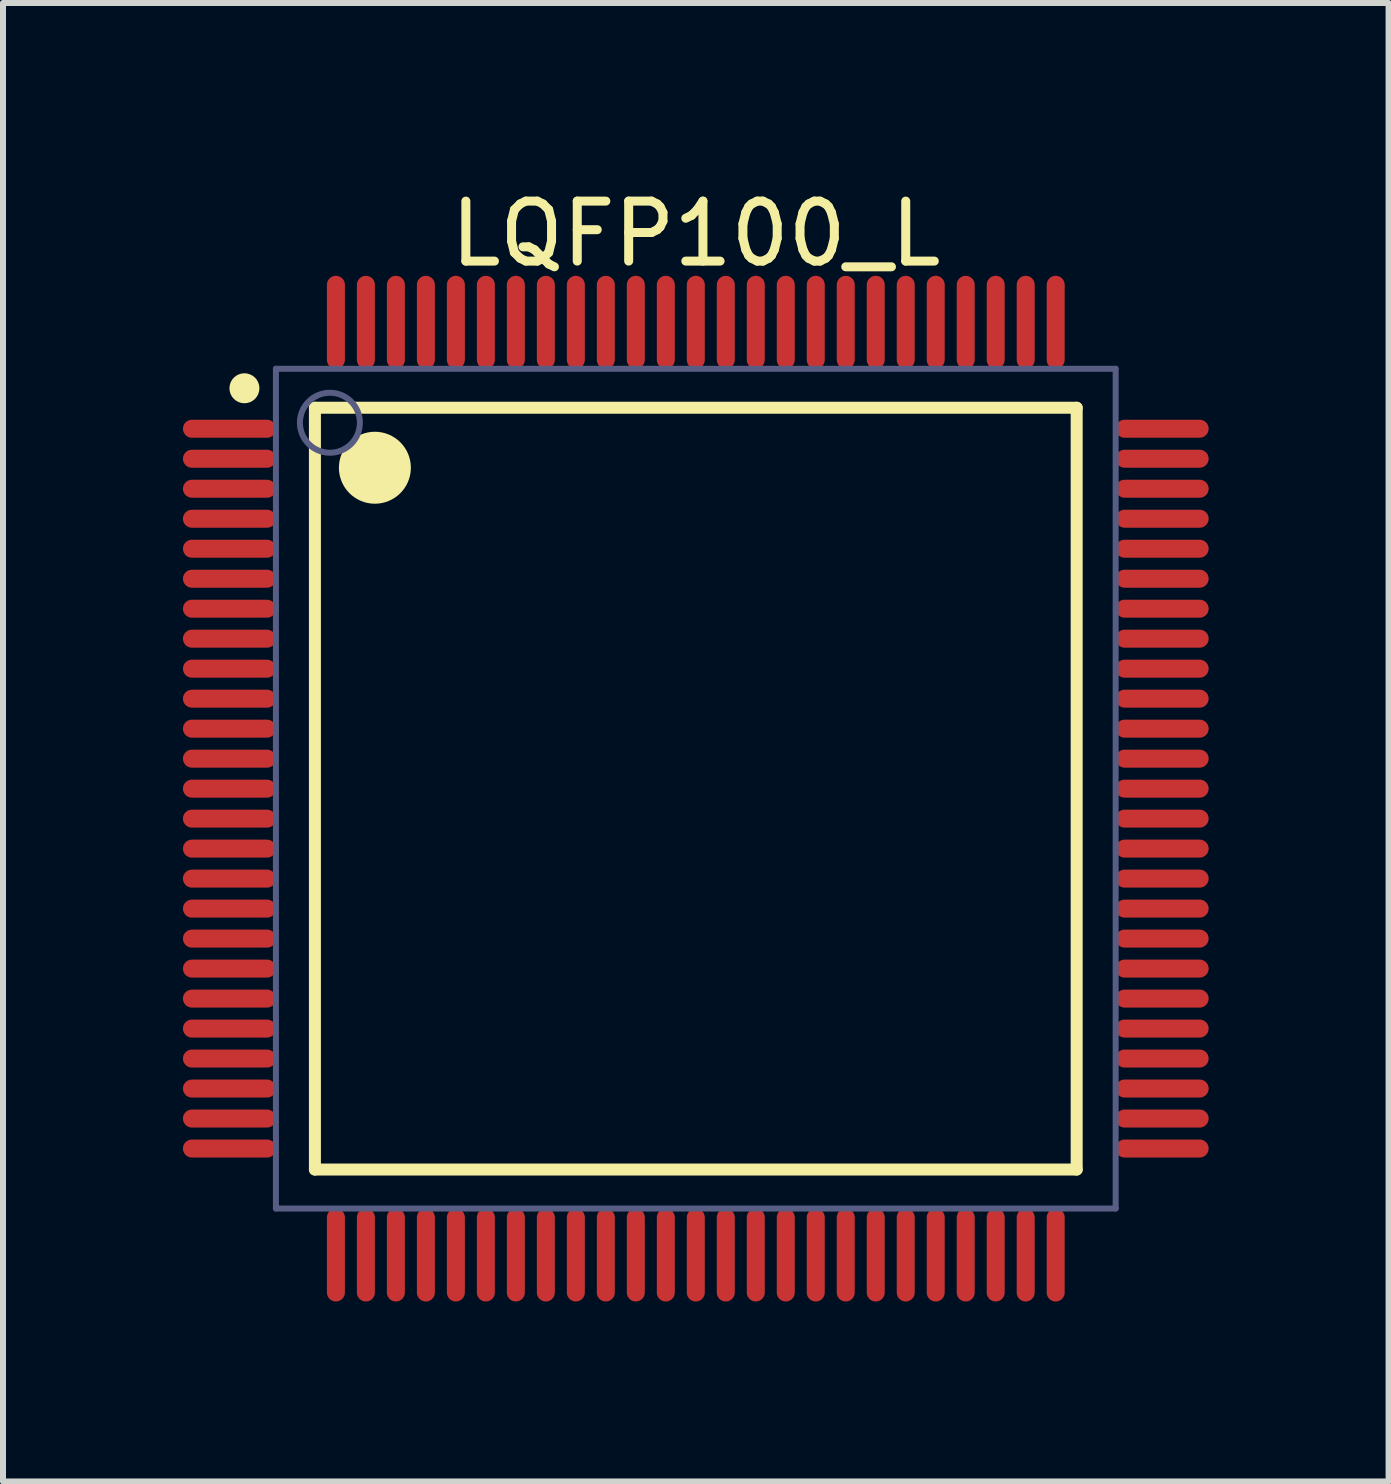
<source format=kicad_pcb>
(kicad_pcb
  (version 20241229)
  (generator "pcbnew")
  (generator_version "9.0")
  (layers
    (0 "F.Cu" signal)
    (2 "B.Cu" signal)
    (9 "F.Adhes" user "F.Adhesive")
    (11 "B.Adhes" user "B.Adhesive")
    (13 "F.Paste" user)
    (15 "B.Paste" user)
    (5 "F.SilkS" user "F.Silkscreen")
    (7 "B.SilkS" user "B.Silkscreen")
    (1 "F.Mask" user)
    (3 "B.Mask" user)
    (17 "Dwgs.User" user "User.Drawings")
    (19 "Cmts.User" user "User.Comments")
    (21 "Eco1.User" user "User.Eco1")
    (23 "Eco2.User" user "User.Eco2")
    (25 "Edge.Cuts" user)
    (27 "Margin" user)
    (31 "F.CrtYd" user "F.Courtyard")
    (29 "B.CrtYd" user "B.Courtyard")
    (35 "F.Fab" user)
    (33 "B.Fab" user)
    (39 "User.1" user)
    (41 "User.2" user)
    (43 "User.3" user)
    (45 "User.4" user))
  (footprint "LQFP100_L"
    (layer "F.Cu")
    (at 8.55 10.098)
    (property "Reference" "LQFP100_L" (at 0 -9.25 0) (layer "F.SilkS") (effects (font (size 1 1) (thickness 0.15))))
    (fp_line (start -6.35 -6.35) (end 6.35 -6.35) (stroke (width 0.2) (type solid)) (layer "F.SilkS"))
    (fp_line (start -6.35 6.35) (end -6.35 -6.35) (stroke (width 0.2) (type solid)) (layer "F.SilkS"))
    (fp_line (start -6.35 6.35) (end 6.35 6.35) (stroke (width 0.2) (type solid)) (layer "F.SilkS"))
    (fp_line (start 6.35 6.35) (end 6.35 -6.35) (stroke (width 0.2) (type solid)) (layer "F.SilkS"))
    (fp_circle (center -7.525 -6.675) (end -7.525 -6.8) (stroke (width 0.25) (type solid)) (fill no) (layer "F.SilkS"))
    (fp_circle (center -5.35 -5.35) (end -5.35 -5.65) (stroke (width 0.6) (type solid)) (fill no) (layer "F.SilkS"))
    (fp_line (start -8.4 -8.4) (end 8.4 -8.4) (stroke (width 0.1) (type solid)) (layer "Eco2.User"))
    (fp_line (start -8.4 8.4) (end -8.4 -8.4) (stroke (width 0.1) (type solid)) (layer "Eco2.User"))
    (fp_line (start -8.4 8.4) (end 8.4 8.4) (stroke (width 0.1) (type solid)) (layer "Eco2.User"))
    (fp_line (start -0.5 0) (end 0.5 0) (stroke (width 0.1) (type solid)) (layer "Eco2.User"))
    (fp_line (start 0 0.5) (end 0 -0.5) (stroke (width 0.1) (type solid)) (layer "Eco2.User"))
    (fp_line (start 8.4 8.4) (end 8.4 -8.4) (stroke (width 0.1) (type solid)) (layer "Eco2.User"))
    (fp_line (start -7 -7) (end 7 -7) (stroke (width 0.1) (type solid)) (layer "B.Fab"))
    (fp_line (start -7 7) (end -7 -7) (stroke (width 0.1) (type solid)) (layer "B.Fab"))
    (fp_line (start -7 7) (end 7 7) (stroke (width 0.1) (type solid)) (layer "B.Fab"))
    (fp_line (start 7 7) (end 7 -7) (stroke (width 0.1) (type solid)) (layer "B.Fab"))
    (fp_circle (center -6.1 -6.1) (end -6.1 -6.6) (stroke (width 0.1) (type solid)) (fill no) (layer "B.Fab"))
    (pad "1" smd oval (at -7.775 -6 90) (size 0.3 1.55) (layers "F.Cu" "F.Mask" "F.Paste"))
    (pad "2" smd oval (at -7.775 -5.5 90) (size 0.3 1.55) (layers "F.Cu" "F.Mask" "F.Paste"))
    (pad "3" smd oval (at -7.775 -5 90) (size 0.3 1.55) (layers "F.Cu" "F.Mask" "F.Paste"))
    (pad "4" smd oval (at -7.775 -4.5 90) (size 0.3 1.55) (layers "F.Cu" "F.Mask" "F.Paste"))
    (pad "5" smd oval (at -7.775 -4 90) (size 0.3 1.55) (layers "F.Cu" "F.Mask" "F.Paste"))
    (pad "6" smd oval (at -7.775 -3.5 90) (size 0.3 1.55) (layers "F.Cu" "F.Mask" "F.Paste"))
    (pad "7" smd oval (at -7.775 -3 90) (size 0.3 1.55) (layers "F.Cu" "F.Mask" "F.Paste"))
    (pad "8" smd oval (at -7.775 -2.5 90) (size 0.3 1.55) (layers "F.Cu" "F.Mask" "F.Paste"))
    (pad "9" smd oval (at -7.775 -2 90) (size 0.3 1.55) (layers "F.Cu" "F.Mask" "F.Paste"))
    (pad "10" smd oval (at -7.775 -1.5 90) (size 0.3 1.55) (layers "F.Cu" "F.Mask" "F.Paste"))
    (pad "11" smd oval (at -7.775 -1 90) (size 0.3 1.55) (layers "F.Cu" "F.Mask" "F.Paste"))
    (pad "12" smd oval (at -7.775 -0.5 90) (size 0.3 1.55) (layers "F.Cu" "F.Mask" "F.Paste"))
    (pad "13" smd oval (at -7.775 0 90) (size 0.3 1.55) (layers "F.Cu" "F.Mask" "F.Paste"))
    (pad "14" smd oval (at -7.775 0.5 90) (size 0.3 1.55) (layers "F.Cu" "F.Mask" "F.Paste"))
    (pad "15" smd oval (at -7.775 1 90) (size 0.3 1.55) (layers "F.Cu" "F.Mask" "F.Paste"))
    (pad "16" smd oval (at -7.775 1.5 90) (size 0.3 1.55) (layers "F.Cu" "F.Mask" "F.Paste"))
    (pad "17" smd oval (at -7.775 2 90) (size 0.3 1.55) (layers "F.Cu" "F.Mask" "F.Paste"))
    (pad "18" smd oval (at -7.775 2.5 90) (size 0.3 1.55) (layers "F.Cu" "F.Mask" "F.Paste"))
    (pad "19" smd oval (at -7.775 3 90) (size 0.3 1.55) (layers "F.Cu" "F.Mask" "F.Paste"))
    (pad "20" smd oval (at -7.775 3.5 90) (size 0.3 1.55) (layers "F.Cu" "F.Mask" "F.Paste"))
    (pad "21" smd oval (at -7.775 4 90) (size 0.3 1.55) (layers "F.Cu" "F.Mask" "F.Paste"))
    (pad "22" smd oval (at -7.775 4.5 90) (size 0.3 1.55) (layers "F.Cu" "F.Mask" "F.Paste"))
    (pad "23" smd oval (at -7.775 5 90) (size 0.3 1.55) (layers "F.Cu" "F.Mask" "F.Paste"))
    (pad "24" smd oval (at -7.775 5.5 90) (size 0.3 1.55) (layers "F.Cu" "F.Mask" "F.Paste"))
    (pad "25" smd oval (at -7.775 6 90) (size 0.3 1.55) (layers "F.Cu" "F.Mask" "F.Paste"))
    (pad "26" smd oval (at -6 7.775) (size 0.3 1.55) (layers "F.Cu" "F.Mask" "F.Paste"))
    (pad "27" smd oval (at -5.5 7.775) (size 0.3 1.55) (layers "F.Cu" "F.Mask" "F.Paste"))
    (pad "28" smd oval (at -5 7.775) (size 0.3 1.55) (layers "F.Cu" "F.Mask" "F.Paste"))
    (pad "29" smd oval (at -4.5 7.775) (size 0.3 1.55) (layers "F.Cu" "F.Mask" "F.Paste"))
    (pad "30" smd oval (at -4 7.775) (size 0.3 1.55) (layers "F.Cu" "F.Mask" "F.Paste"))
    (pad "31" smd oval (at -3.5 7.775) (size 0.3 1.55) (layers "F.Cu" "F.Mask" "F.Paste"))
    (pad "32" smd oval (at -3 7.775) (size 0.3 1.55) (layers "F.Cu" "F.Mask" "F.Paste"))
    (pad "33" smd oval (at -2.5 7.775) (size 0.3 1.55) (layers "F.Cu" "F.Mask" "F.Paste"))
    (pad "34" smd oval (at -2 7.775) (size 0.3 1.55) (layers "F.Cu" "F.Mask" "F.Paste"))
    (pad "35" smd oval (at -1.5 7.775) (size 0.3 1.55) (layers "F.Cu" "F.Mask" "F.Paste"))
    (pad "36" smd oval (at -1 7.775) (size 0.3 1.55) (layers "F.Cu" "F.Mask" "F.Paste"))
    (pad "37" smd oval (at -0.5 7.775) (size 0.3 1.55) (layers "F.Cu" "F.Mask" "F.Paste"))
    (pad "38" smd oval (at 0 7.775) (size 0.3 1.55) (layers "F.Cu" "F.Mask" "F.Paste"))
    (pad "39" smd oval (at 0.5 7.775) (size 0.3 1.55) (layers "F.Cu" "F.Mask" "F.Paste"))
    (pad "40" smd oval (at 1 7.775) (size 0.3 1.55) (layers "F.Cu" "F.Mask" "F.Paste"))
    (pad "41" smd oval (at 1.5 7.775) (size 0.3 1.55) (layers "F.Cu" "F.Mask" "F.Paste"))
    (pad "42" smd oval (at 2 7.775) (size 0.3 1.55) (layers "F.Cu" "F.Mask" "F.Paste"))
    (pad "43" smd oval (at 2.5 7.775) (size 0.3 1.55) (layers "F.Cu" "F.Mask" "F.Paste"))
    (pad "44" smd oval (at 3 7.775) (size 0.3 1.55) (layers "F.Cu" "F.Mask" "F.Paste"))
    (pad "45" smd oval (at 3.5 7.775) (size 0.3 1.55) (layers "F.Cu" "F.Mask" "F.Paste"))
    (pad "46" smd oval (at 4 7.775) (size 0.3 1.55) (layers "F.Cu" "F.Mask" "F.Paste"))
    (pad "47" smd oval (at 4.5 7.775) (size 0.3 1.55) (layers "F.Cu" "F.Mask" "F.Paste"))
    (pad "48" smd oval (at 5 7.775) (size 0.3 1.55) (layers "F.Cu" "F.Mask" "F.Paste"))
    (pad "49" smd oval (at 5.5 7.775) (size 0.3 1.55) (layers "F.Cu" "F.Mask" "F.Paste"))
    (pad "50" smd oval (at 6 7.775) (size 0.3 1.55) (layers "F.Cu" "F.Mask" "F.Paste"))
    (pad "51" smd oval (at 7.775 6 90) (size 0.3 1.55) (layers "F.Cu" "F.Mask" "F.Paste"))
    (pad "52" smd oval (at 7.775 5.5 90) (size 0.3 1.55) (layers "F.Cu" "F.Mask" "F.Paste"))
    (pad "53" smd oval (at 7.775 5 90) (size 0.3 1.55) (layers "F.Cu" "F.Mask" "F.Paste"))
    (pad "54" smd oval (at 7.775 4.5 90) (size 0.3 1.55) (layers "F.Cu" "F.Mask" "F.Paste"))
    (pad "55" smd oval (at 7.775 4 90) (size 0.3 1.55) (layers "F.Cu" "F.Mask" "F.Paste"))
    (pad "56" smd oval (at 7.775 3.5 90) (size 0.3 1.55) (layers "F.Cu" "F.Mask" "F.Paste"))
    (pad "57" smd oval (at 7.775 3 90) (size 0.3 1.55) (layers "F.Cu" "F.Mask" "F.Paste"))
    (pad "58" smd oval (at 7.775 2.5 90) (size 0.3 1.55) (layers "F.Cu" "F.Mask" "F.Paste"))
    (pad "59" smd oval (at 7.775 2 90) (size 0.3 1.55) (layers "F.Cu" "F.Mask" "F.Paste"))
    (pad "60" smd oval (at 7.775 1.5 90) (size 0.3 1.55) (layers "F.Cu" "F.Mask" "F.Paste"))
    (pad "61" smd oval (at 7.775 1 90) (size 0.3 1.55) (layers "F.Cu" "F.Mask" "F.Paste"))
    (pad "62" smd oval (at 7.775 0.5 90) (size 0.3 1.55) (layers "F.Cu" "F.Mask" "F.Paste"))
    (pad "63" smd oval (at 7.775 0 90) (size 0.3 1.55) (layers "F.Cu" "F.Mask" "F.Paste"))
    (pad "64" smd oval (at 7.775 -0.5 90) (size 0.3 1.55) (layers "F.Cu" "F.Mask" "F.Paste"))
    (pad "65" smd oval (at 7.775 -1 90) (size 0.3 1.55) (layers "F.Cu" "F.Mask" "F.Paste"))
    (pad "66" smd oval (at 7.775 -1.5 90) (size 0.3 1.55) (layers "F.Cu" "F.Mask" "F.Paste"))
    (pad "67" smd oval (at 7.775 -2 90) (size 0.3 1.55) (layers "F.Cu" "F.Mask" "F.Paste"))
    (pad "68" smd oval (at 7.775 -2.5 90) (size 0.3 1.55) (layers "F.Cu" "F.Mask" "F.Paste"))
    (pad "69" smd oval (at 7.775 -3 90) (size 0.3 1.55) (layers "F.Cu" "F.Mask" "F.Paste"))
    (pad "70" smd oval (at 7.775 -3.5 90) (size 0.3 1.55) (layers "F.Cu" "F.Mask" "F.Paste"))
    (pad "71" smd oval (at 7.775 -4 90) (size 0.3 1.55) (layers "F.Cu" "F.Mask" "F.Paste"))
    (pad "72" smd oval (at 7.775 -4.5 90) (size 0.3 1.55) (layers "F.Cu" "F.Mask" "F.Paste"))
    (pad "73" smd oval (at 7.775 -5 90) (size 0.3 1.55) (layers "F.Cu" "F.Mask" "F.Paste"))
    (pad "74" smd oval (at 7.775 -5.5 90) (size 0.3 1.55) (layers "F.Cu" "F.Mask" "F.Paste"))
    (pad "75" smd oval (at 7.775 -6 90) (size 0.3 1.55) (layers "F.Cu" "F.Mask" "F.Paste"))
    (pad "76" smd oval (at 6 -7.775) (size 0.3 1.55) (layers "F.Cu" "F.Mask" "F.Paste"))
    (pad "77" smd oval (at 5.5 -7.775) (size 0.3 1.55) (layers "F.Cu" "F.Mask" "F.Paste"))
    (pad "78" smd oval (at 5 -7.775) (size 0.3 1.55) (layers "F.Cu" "F.Mask" "F.Paste"))
    (pad "79" smd oval (at 4.5 -7.775) (size 0.3 1.55) (layers "F.Cu" "F.Mask" "F.Paste"))
    (pad "80" smd oval (at 4 -7.775) (size 0.3 1.55) (layers "F.Cu" "F.Mask" "F.Paste"))
    (pad "81" smd oval (at 3.5 -7.775) (size 0.3 1.55) (layers "F.Cu" "F.Mask" "F.Paste"))
    (pad "82" smd oval (at 3 -7.775) (size 0.3 1.55) (layers "F.Cu" "F.Mask" "F.Paste"))
    (pad "83" smd oval (at 2.5 -7.775) (size 0.3 1.55) (layers "F.Cu" "F.Mask" "F.Paste"))
    (pad "84" smd oval (at 2 -7.775) (size 0.3 1.55) (layers "F.Cu" "F.Mask" "F.Paste"))
    (pad "85" smd oval (at 1.5 -7.775) (size 0.3 1.55) (layers "F.Cu" "F.Mask" "F.Paste"))
    (pad "86" smd oval (at 1 -7.775) (size 0.3 1.55) (layers "F.Cu" "F.Mask" "F.Paste"))
    (pad "87" smd oval (at 0.5 -7.775) (size 0.3 1.55) (layers "F.Cu" "F.Mask" "F.Paste"))
    (pad "88" smd oval (at 0 -7.775) (size 0.3 1.55) (layers "F.Cu" "F.Mask" "F.Paste"))
    (pad "89" smd oval (at -0.5 -7.775) (size 0.3 1.55) (layers "F.Cu" "F.Mask" "F.Paste"))
    (pad "90" smd oval (at -1 -7.775) (size 0.3 1.55) (layers "F.Cu" "F.Mask" "F.Paste"))
    (pad "91" smd oval (at -1.5 -7.775) (size 0.3 1.55) (layers "F.Cu" "F.Mask" "F.Paste"))
    (pad "92" smd oval (at -2 -7.775) (size 0.3 1.55) (layers "F.Cu" "F.Mask" "F.Paste"))
    (pad "93" smd oval (at -2.5 -7.775) (size 0.3 1.55) (layers "F.Cu" "F.Mask" "F.Paste"))
    (pad "94" smd oval (at -3 -7.775) (size 0.3 1.55) (layers "F.Cu" "F.Mask" "F.Paste"))
    (pad "95" smd oval (at -3.5 -7.775) (size 0.3 1.55) (layers "F.Cu" "F.Mask" "F.Paste"))
    (pad "96" smd oval (at -4 -7.775) (size 0.3 1.55) (layers "F.Cu" "F.Mask" "F.Paste"))
    (pad "97" smd oval (at -4.5 -7.775) (size 0.3 1.55) (layers "F.Cu" "F.Mask" "F.Paste"))
    (pad "98" smd oval (at -5 -7.775) (size 0.3 1.55) (layers "F.Cu" "F.Mask" "F.Paste"))
    (pad "99" smd oval (at -5.5 -7.775) (size 0.3 1.55) (layers "F.Cu" "F.Mask" "F.Paste"))
    (pad "100" smd oval (at -6 -7.775) (size 0.3 1.55) (layers "F.Cu" "F.Mask" "F.Paste")))
  (gr_rect
    (start -3 -3)
    (end 20.1 21.648)
    (stroke (width 0.1) (type default))
    (fill no)
    (layer "Edge.Cuts")))
</source>
